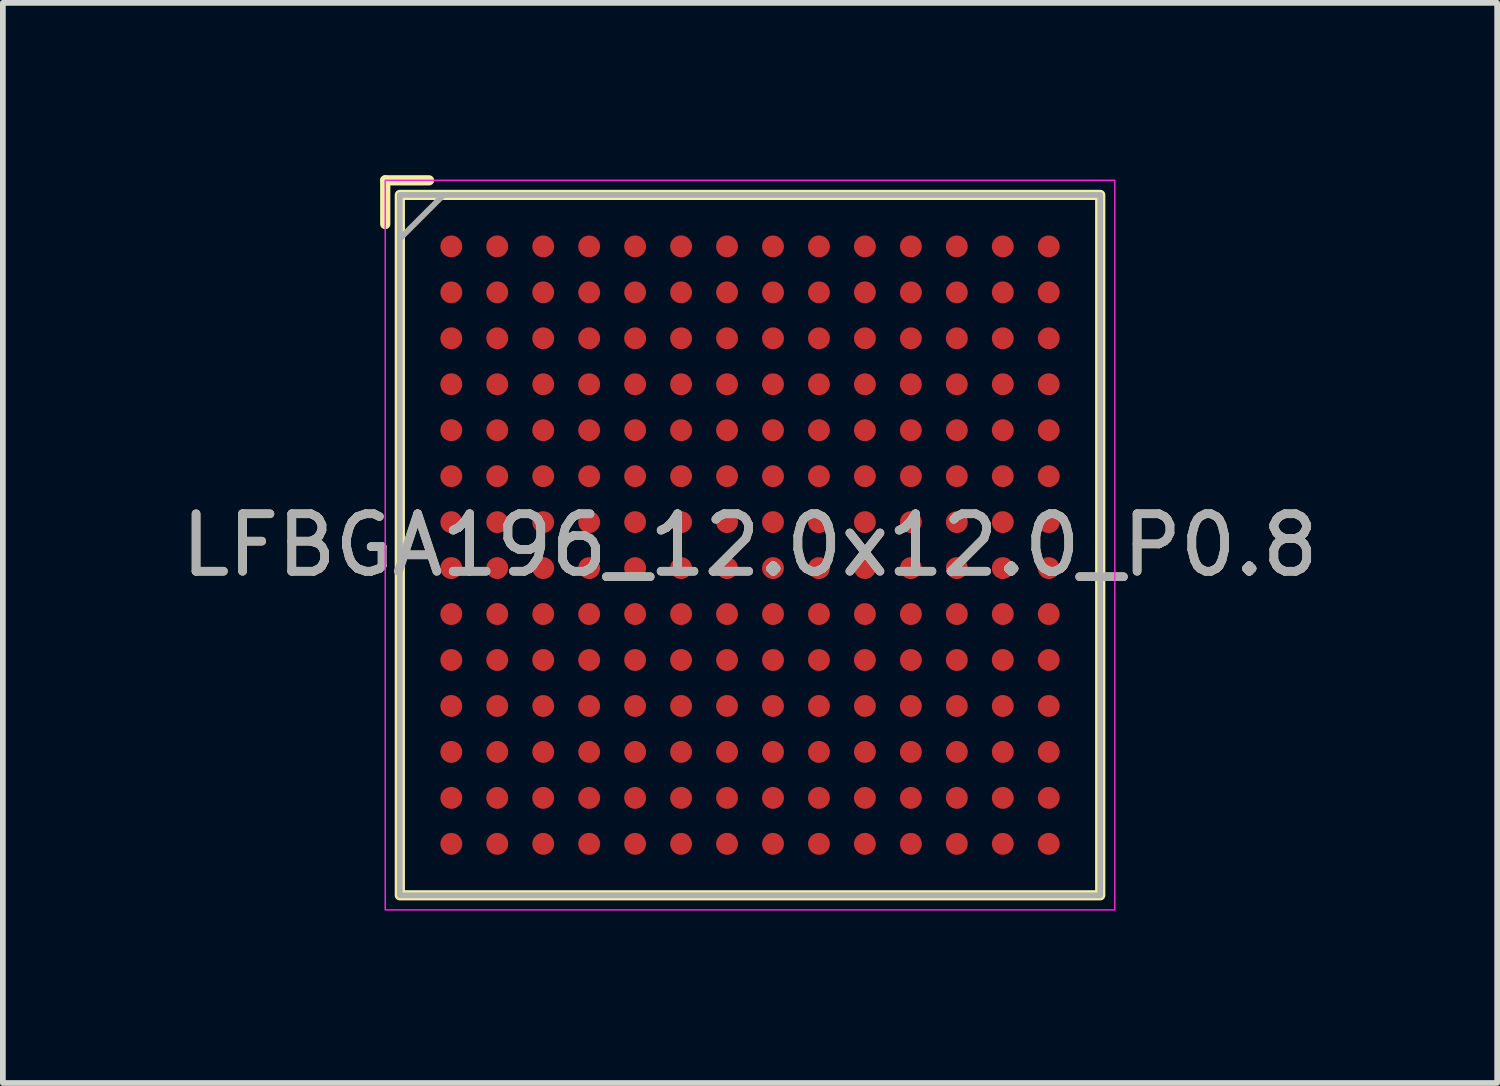
<source format=kicad_pcb>
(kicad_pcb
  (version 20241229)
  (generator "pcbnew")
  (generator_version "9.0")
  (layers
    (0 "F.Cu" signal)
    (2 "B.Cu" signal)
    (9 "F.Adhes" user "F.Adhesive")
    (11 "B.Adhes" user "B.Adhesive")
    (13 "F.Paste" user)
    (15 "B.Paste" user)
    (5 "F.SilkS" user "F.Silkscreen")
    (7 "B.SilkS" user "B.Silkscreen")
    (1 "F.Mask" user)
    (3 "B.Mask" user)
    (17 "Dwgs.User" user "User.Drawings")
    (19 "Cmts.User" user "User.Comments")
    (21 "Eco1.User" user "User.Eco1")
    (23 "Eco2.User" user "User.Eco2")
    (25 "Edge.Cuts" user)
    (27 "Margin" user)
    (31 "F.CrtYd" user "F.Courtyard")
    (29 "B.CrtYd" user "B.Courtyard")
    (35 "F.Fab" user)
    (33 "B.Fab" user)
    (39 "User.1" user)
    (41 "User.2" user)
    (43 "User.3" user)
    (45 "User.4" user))
  (footprint "LFBGA196_12.0x12.0_P0.8"
    (layer "F.Cu")
    (at 10.006 6.439)
    (property "Reference" "LFBGA196_12.0x12.0_P0.8" (at 0 0 0) (unlocked yes) (layer "F.SilkS") (effects (font (size 1 1) (thickness 0.15))))
    (attr smd)
    (fp_line (start -6.35 -6.35) (end -5.588 -6.35) (stroke (width 0.178) (type solid)) (layer "F.SilkS"))
    (fp_line (start -6.35 -5.588) (end -6.35 -6.35) (stroke (width 0.178) (type solid)) (layer "F.SilkS"))
    (fp_rect (start -6.096 -6.096) (end 6.096 6.096) (stroke (width 0.178) (type solid)) (fill no) (layer "F.SilkS"))
    (fp_rect (start -6.35 6.35) (end 6.35 -6.35) (stroke (width 0.025) (type solid)) (fill no) (layer "F.CrtYd"))
    (fp_line (start -6.096 -5.334) (end -5.334 -6.096) (stroke (width 0.1) (type solid)) (layer "F.Fab"))
    (fp_rect (start -6.096 -6.096) (end 6.096 6.096) (stroke (width 0.1) (type solid)) (fill no) (layer "F.Fab"))
    (fp_text user "${REFERENCE}" (at 0 0 0) (unlocked yes) (layer "F.Fab") (effects (font (size 1 1) (thickness 0.15))))
    (pad "A1" smd circle (at -5.2 -5.2) (size 0.381 0.381) (layers "F.Cu" "F.Mask" "F.Paste"))
    (pad "A2" smd circle (at -4.4 -5.2) (size 0.381 0.381) (layers "F.Cu" "F.Mask" "F.Paste"))
    (pad "A3" smd circle (at -3.6 -5.2) (size 0.381 0.381) (layers "F.Cu" "F.Mask" "F.Paste"))
    (pad "A4" smd circle (at -2.8 -5.2) (size 0.381 0.381) (layers "F.Cu" "F.Mask" "F.Paste"))
    (pad "A5" smd circle (at -2 -5.2) (size 0.381 0.381) (layers "F.Cu" "F.Mask" "F.Paste"))
    (pad "A6" smd circle (at -1.2 -5.2) (size 0.381 0.381) (layers "F.Cu" "F.Mask" "F.Paste"))
    (pad "A7" smd circle (at -0.4 -5.2) (size 0.381 0.381) (layers "F.Cu" "F.Mask" "F.Paste"))
    (pad "A8" smd circle (at 0.4 -5.2) (size 0.381 0.381) (layers "F.Cu" "F.Mask" "F.Paste"))
    (pad "A9" smd circle (at 1.2 -5.2) (size 0.381 0.381) (layers "F.Cu" "F.Mask" "F.Paste"))
    (pad "A10" smd circle (at 2 -5.2) (size 0.381 0.381) (layers "F.Cu" "F.Mask" "F.Paste"))
    (pad "A11" smd circle (at 2.8 -5.2) (size 0.381 0.381) (layers "F.Cu" "F.Mask" "F.Paste"))
    (pad "A12" smd circle (at 3.6 -5.2) (size 0.381 0.381) (layers "F.Cu" "F.Mask" "F.Paste"))
    (pad "A13" smd circle (at 4.4 -5.2) (size 0.381 0.381) (layers "F.Cu" "F.Mask" "F.Paste"))
    (pad "A14" smd circle (at 5.2 -5.2) (size 0.381 0.381) (layers "F.Cu" "F.Mask" "F.Paste"))
    (pad "B1" smd circle (at -5.2 -4.4) (size 0.381 0.381) (layers "F.Cu" "F.Mask" "F.Paste"))
    (pad "B2" smd circle (at -4.4 -4.4) (size 0.381 0.381) (layers "F.Cu" "F.Mask" "F.Paste"))
    (pad "B3" smd circle (at -3.6 -4.4) (size 0.381 0.381) (layers "F.Cu" "F.Mask" "F.Paste"))
    (pad "B4" smd circle (at -2.8 -4.4) (size 0.381 0.381) (layers "F.Cu" "F.Mask" "F.Paste"))
    (pad "B5" smd circle (at -2 -4.4) (size 0.381 0.381) (layers "F.Cu" "F.Mask" "F.Paste"))
    (pad "B6" smd circle (at -1.2 -4.4) (size 0.381 0.381) (layers "F.Cu" "F.Mask" "F.Paste"))
    (pad "B7" smd circle (at -0.4 -4.4) (size 0.381 0.381) (layers "F.Cu" "F.Mask" "F.Paste"))
    (pad "B8" smd circle (at 0.4 -4.4) (size 0.381 0.381) (layers "F.Cu" "F.Mask" "F.Paste"))
    (pad "B9" smd circle (at 1.2 -4.4) (size 0.381 0.381) (layers "F.Cu" "F.Mask" "F.Paste"))
    (pad "B10" smd circle (at 2 -4.4) (size 0.381 0.381) (layers "F.Cu" "F.Mask" "F.Paste"))
    (pad "B11" smd circle (at 2.8 -4.4) (size 0.381 0.381) (layers "F.Cu" "F.Mask" "F.Paste"))
    (pad "B12" smd circle (at 3.6 -4.4) (size 0.381 0.381) (layers "F.Cu" "F.Mask" "F.Paste"))
    (pad "B13" smd circle (at 4.4 -4.4) (size 0.381 0.381) (layers "F.Cu" "F.Mask" "F.Paste"))
    (pad "B14" smd circle (at 5.2 -4.4) (size 0.381 0.381) (layers "F.Cu" "F.Mask" "F.Paste"))
    (pad "C1" smd circle (at -5.2 -3.6) (size 0.381 0.381) (layers "F.Cu" "F.Mask" "F.Paste"))
    (pad "C2" smd circle (at -4.4 -3.6) (size 0.381 0.381) (layers "F.Cu" "F.Mask" "F.Paste"))
    (pad "C3" smd circle (at -3.6 -3.6) (size 0.381 0.381) (layers "F.Cu" "F.Mask" "F.Paste"))
    (pad "C4" smd circle (at -2.8 -3.6) (size 0.381 0.381) (layers "F.Cu" "F.Mask" "F.Paste"))
    (pad "C5" smd circle (at -2 -3.6) (size 0.381 0.381) (layers "F.Cu" "F.Mask" "F.Paste"))
    (pad "C6" smd circle (at -1.2 -3.6) (size 0.381 0.381) (layers "F.Cu" "F.Mask" "F.Paste"))
    (pad "C7" smd circle (at -0.4 -3.6) (size 0.381 0.381) (layers "F.Cu" "F.Mask" "F.Paste"))
    (pad "C8" smd circle (at 0.4 -3.6) (size 0.381 0.381) (layers "F.Cu" "F.Mask" "F.Paste"))
    (pad "C9" smd circle (at 1.2 -3.6) (size 0.381 0.381) (layers "F.Cu" "F.Mask" "F.Paste"))
    (pad "C10" smd circle (at 2 -3.6) (size 0.381 0.381) (layers "F.Cu" "F.Mask" "F.Paste"))
    (pad "C11" smd circle (at 2.8 -3.6) (size 0.381 0.381) (layers "F.Cu" "F.Mask" "F.Paste"))
    (pad "C12" smd circle (at 3.6 -3.6) (size 0.381 0.381) (layers "F.Cu" "F.Mask" "F.Paste"))
    (pad "C13" smd circle (at 4.4 -3.6) (size 0.381 0.381) (layers "F.Cu" "F.Mask" "F.Paste"))
    (pad "C14" smd circle (at 5.2 -3.6) (size 0.381 0.381) (layers "F.Cu" "F.Mask" "F.Paste"))
    (pad "D1" smd circle (at -5.2 -2.8) (size 0.381 0.381) (layers "F.Cu" "F.Mask" "F.Paste"))
    (pad "D2" smd circle (at -4.4 -2.8) (size 0.381 0.381) (layers "F.Cu" "F.Mask" "F.Paste"))
    (pad "D3" smd circle (at -3.6 -2.8) (size 0.381 0.381) (layers "F.Cu" "F.Mask" "F.Paste"))
    (pad "D4" smd circle (at -2.8 -2.8) (size 0.381 0.381) (layers "F.Cu" "F.Mask" "F.Paste"))
    (pad "D5" smd circle (at -2 -2.8) (size 0.381 0.381) (layers "F.Cu" "F.Mask" "F.Paste"))
    (pad "D6" smd circle (at -1.2 -2.8) (size 0.381 0.381) (layers "F.Cu" "F.Mask" "F.Paste"))
    (pad "D7" smd circle (at -0.4 -2.8) (size 0.381 0.381) (layers "F.Cu" "F.Mask" "F.Paste"))
    (pad "D8" smd circle (at 0.4 -2.8) (size 0.381 0.381) (layers "F.Cu" "F.Mask" "F.Paste"))
    (pad "D9" smd circle (at 1.2 -2.8) (size 0.381 0.381) (layers "F.Cu" "F.Mask" "F.Paste"))
    (pad "D10" smd circle (at 2 -2.8) (size 0.381 0.381) (layers "F.Cu" "F.Mask" "F.Paste"))
    (pad "D11" smd circle (at 2.8 -2.8) (size 0.381 0.381) (layers "F.Cu" "F.Mask" "F.Paste"))
    (pad "D12" smd circle (at 3.6 -2.8) (size 0.381 0.381) (layers "F.Cu" "F.Mask" "F.Paste"))
    (pad "D13" smd circle (at 4.4 -2.8) (size 0.381 0.381) (layers "F.Cu" "F.Mask" "F.Paste"))
    (pad "D14" smd circle (at 5.2 -2.8) (size 0.381 0.381) (layers "F.Cu" "F.Mask" "F.Paste"))
    (pad "E1" smd circle (at -5.2 -2) (size 0.381 0.381) (layers "F.Cu" "F.Mask" "F.Paste"))
    (pad "E2" smd circle (at -4.4 -2) (size 0.381 0.381) (layers "F.Cu" "F.Mask" "F.Paste"))
    (pad "E3" smd circle (at -3.6 -2) (size 0.381 0.381) (layers "F.Cu" "F.Mask" "F.Paste"))
    (pad "E4" smd circle (at -2.8 -2) (size 0.381 0.381) (layers "F.Cu" "F.Mask" "F.Paste"))
    (pad "E5" smd circle (at -2 -2) (size 0.381 0.381) (layers "F.Cu" "F.Mask" "F.Paste"))
    (pad "E6" smd circle (at -1.2 -2) (size 0.381 0.381) (layers "F.Cu" "F.Mask" "F.Paste"))
    (pad "E7" smd circle (at -0.4 -2) (size 0.381 0.381) (layers "F.Cu" "F.Mask" "F.Paste"))
    (pad "E8" smd circle (at 0.4 -2) (size 0.381 0.381) (layers "F.Cu" "F.Mask" "F.Paste"))
    (pad "E9" smd circle (at 1.2 -2) (size 0.381 0.381) (layers "F.Cu" "F.Mask" "F.Paste"))
    (pad "E10" smd circle (at 2 -2) (size 0.381 0.381) (layers "F.Cu" "F.Mask" "F.Paste"))
    (pad "E11" smd circle (at 2.8 -2) (size 0.381 0.381) (layers "F.Cu" "F.Mask" "F.Paste"))
    (pad "E12" smd circle (at 3.6 -2) (size 0.381 0.381) (layers "F.Cu" "F.Mask" "F.Paste"))
    (pad "E13" smd circle (at 4.4 -2) (size 0.381 0.381) (layers "F.Cu" "F.Mask" "F.Paste"))
    (pad "E14" smd circle (at 5.2 -2) (size 0.381 0.381) (layers "F.Cu" "F.Mask" "F.Paste"))
    (pad "F1" smd circle (at -5.2 -1.2) (size 0.381 0.381) (layers "F.Cu" "F.Mask" "F.Paste"))
    (pad "F2" smd circle (at -4.4 -1.2) (size 0.381 0.381) (layers "F.Cu" "F.Mask" "F.Paste"))
    (pad "F3" smd circle (at -3.6 -1.2) (size 0.381 0.381) (layers "F.Cu" "F.Mask" "F.Paste"))
    (pad "F4" smd circle (at -2.8 -1.2) (size 0.381 0.381) (layers "F.Cu" "F.Mask" "F.Paste"))
    (pad "F5" smd circle (at -2 -1.2) (size 0.381 0.381) (layers "F.Cu" "F.Mask" "F.Paste"))
    (pad "F6" smd circle (at -1.2 -1.2) (size 0.381 0.381) (layers "F.Cu" "F.Mask" "F.Paste"))
    (pad "F7" smd circle (at -0.4 -1.2) (size 0.381 0.381) (layers "F.Cu" "F.Mask" "F.Paste"))
    (pad "F8" smd circle (at 0.4 -1.2) (size 0.381 0.381) (layers "F.Cu" "F.Mask" "F.Paste"))
    (pad "F9" smd circle (at 1.2 -1.2) (size 0.381 0.381) (layers "F.Cu" "F.Mask" "F.Paste"))
    (pad "F10" smd circle (at 2 -1.2) (size 0.381 0.381) (layers "F.Cu" "F.Mask" "F.Paste"))
    (pad "F11" smd circle (at 2.8 -1.2) (size 0.381 0.381) (layers "F.Cu" "F.Mask" "F.Paste"))
    (pad "F12" smd circle (at 3.6 -1.2) (size 0.381 0.381) (layers "F.Cu" "F.Mask" "F.Paste"))
    (pad "F13" smd circle (at 4.4 -1.2) (size 0.381 0.381) (layers "F.Cu" "F.Mask" "F.Paste"))
    (pad "F14" smd circle (at 5.2 -1.2) (size 0.381 0.381) (layers "F.Cu" "F.Mask" "F.Paste"))
    (pad "G1" smd circle (at -5.2 -0.4) (size 0.381 0.381) (layers "F.Cu" "F.Mask" "F.Paste"))
    (pad "G2" smd circle (at -4.4 -0.4) (size 0.381 0.381) (layers "F.Cu" "F.Mask" "F.Paste"))
    (pad "G3" smd circle (at -3.6 -0.4) (size 0.381 0.381) (layers "F.Cu" "F.Mask" "F.Paste"))
    (pad "G4" smd circle (at -2.8 -0.4) (size 0.381 0.381) (layers "F.Cu" "F.Mask" "F.Paste"))
    (pad "G5" smd circle (at -2 -0.4) (size 0.381 0.381) (layers "F.Cu" "F.Mask" "F.Paste"))
    (pad "G6" smd circle (at -1.2 -0.4) (size 0.381 0.381) (layers "F.Cu" "F.Mask" "F.Paste"))
    (pad "G7" smd circle (at -0.4 -0.4) (size 0.381 0.381) (layers "F.Cu" "F.Mask" "F.Paste"))
    (pad "G8" smd circle (at 0.4 -0.4) (size 0.381 0.381) (layers "F.Cu" "F.Mask" "F.Paste"))
    (pad "G9" smd circle (at 1.2 -0.4) (size 0.381 0.381) (layers "F.Cu" "F.Mask" "F.Paste"))
    (pad "G10" smd circle (at 2 -0.4) (size 0.381 0.381) (layers "F.Cu" "F.Mask" "F.Paste"))
    (pad "G11" smd circle (at 2.8 -0.4) (size 0.381 0.381) (layers "F.Cu" "F.Mask" "F.Paste"))
    (pad "G12" smd circle (at 3.6 -0.4) (size 0.381 0.381) (layers "F.Cu" "F.Mask" "F.Paste"))
    (pad "G13" smd circle (at 4.4 -0.4) (size 0.381 0.381) (layers "F.Cu" "F.Mask" "F.Paste"))
    (pad "G14" smd circle (at 5.2 -0.4) (size 0.381 0.381) (layers "F.Cu" "F.Mask" "F.Paste"))
    (pad "H1" smd circle (at -5.2 0.4) (size 0.381 0.381) (layers "F.Cu" "F.Mask" "F.Paste"))
    (pad "H2" smd circle (at -4.4 0.4) (size 0.381 0.381) (layers "F.Cu" "F.Mask" "F.Paste"))
    (pad "H3" smd circle (at -3.6 0.4) (size 0.381 0.381) (layers "F.Cu" "F.Mask" "F.Paste"))
    (pad "H4" smd circle (at -2.8 0.4) (size 0.381 0.381) (layers "F.Cu" "F.Mask" "F.Paste"))
    (pad "H5" smd circle (at -2 0.4) (size 0.381 0.381) (layers "F.Cu" "F.Mask" "F.Paste"))
    (pad "H6" smd circle (at -1.2 0.4) (size 0.381 0.381) (layers "F.Cu" "F.Mask" "F.Paste"))
    (pad "H7" smd circle (at -0.4 0.4) (size 0.381 0.381) (layers "F.Cu" "F.Mask" "F.Paste"))
    (pad "H8" smd circle (at 0.4 0.4) (size 0.381 0.381) (layers "F.Cu" "F.Mask" "F.Paste"))
    (pad "H9" smd circle (at 1.2 0.4) (size 0.381 0.381) (layers "F.Cu" "F.Mask" "F.Paste"))
    (pad "H10" smd circle (at 2 0.4) (size 0.381 0.381) (layers "F.Cu" "F.Mask" "F.Paste"))
    (pad "H11" smd circle (at 2.8 0.4) (size 0.381 0.381) (layers "F.Cu" "F.Mask" "F.Paste"))
    (pad "H12" smd circle (at 3.6 0.4) (size 0.381 0.381) (layers "F.Cu" "F.Mask" "F.Paste"))
    (pad "H13" smd circle (at 4.4 0.4) (size 0.381 0.381) (layers "F.Cu" "F.Mask" "F.Paste"))
    (pad "H14" smd circle (at 5.2 0.4) (size 0.381 0.381) (layers "F.Cu" "F.Mask" "F.Paste"))
    (pad "J1" smd circle (at -5.2 1.2) (size 0.381 0.381) (layers "F.Cu" "F.Mask" "F.Paste"))
    (pad "J2" smd circle (at -4.4 1.2) (size 0.381 0.381) (layers "F.Cu" "F.Mask" "F.Paste"))
    (pad "J3" smd circle (at -3.6 1.2) (size 0.381 0.381) (layers "F.Cu" "F.Mask" "F.Paste"))
    (pad "J4" smd circle (at -2.8 1.2) (size 0.381 0.381) (layers "F.Cu" "F.Mask" "F.Paste"))
    (pad "J5" smd circle (at -2 1.2) (size 0.381 0.381) (layers "F.Cu" "F.Mask" "F.Paste"))
    (pad "J6" smd circle (at -1.2 1.2) (size 0.381 0.381) (layers "F.Cu" "F.Mask" "F.Paste"))
    (pad "J7" smd circle (at -0.4 1.2) (size 0.381 0.381) (layers "F.Cu" "F.Mask" "F.Paste"))
    (pad "J8" smd circle (at 0.4 1.2) (size 0.381 0.381) (layers "F.Cu" "F.Mask" "F.Paste"))
    (pad "J9" smd circle (at 1.2 1.2) (size 0.381 0.381) (layers "F.Cu" "F.Mask" "F.Paste"))
    (pad "J10" smd circle (at 2 1.2) (size 0.381 0.381) (layers "F.Cu" "F.Mask" "F.Paste"))
    (pad "J11" smd circle (at 2.8 1.2) (size 0.381 0.381) (layers "F.Cu" "F.Mask" "F.Paste"))
    (pad "J12" smd circle (at 3.6 1.2) (size 0.381 0.381) (layers "F.Cu" "F.Mask" "F.Paste"))
    (pad "J13" smd circle (at 4.4 1.2) (size 0.381 0.381) (layers "F.Cu" "F.Mask" "F.Paste"))
    (pad "J14" smd circle (at 5.2 1.2) (size 0.381 0.381) (layers "F.Cu" "F.Mask" "F.Paste"))
    (pad "K1" smd circle (at -5.2 2) (size 0.381 0.381) (layers "F.Cu" "F.Mask" "F.Paste"))
    (pad "K2" smd circle (at -4.4 2) (size 0.381 0.381) (layers "F.Cu" "F.Mask" "F.Paste"))
    (pad "K3" smd circle (at -3.6 2) (size 0.381 0.381) (layers "F.Cu" "F.Mask" "F.Paste"))
    (pad "K4" smd circle (at -2.8 2) (size 0.381 0.381) (layers "F.Cu" "F.Mask" "F.Paste"))
    (pad "K5" smd circle (at -2 2) (size 0.381 0.381) (layers "F.Cu" "F.Mask" "F.Paste"))
    (pad "K6" smd circle (at -1.2 2) (size 0.381 0.381) (layers "F.Cu" "F.Mask" "F.Paste"))
    (pad "K7" smd circle (at -0.4 2) (size 0.381 0.381) (layers "F.Cu" "F.Mask" "F.Paste"))
    (pad "K8" smd circle (at 0.4 2) (size 0.381 0.381) (layers "F.Cu" "F.Mask" "F.Paste"))
    (pad "K9" smd circle (at 1.2 2) (size 0.381 0.381) (layers "F.Cu" "F.Mask" "F.Paste"))
    (pad "K10" smd circle (at 2 2) (size 0.381 0.381) (layers "F.Cu" "F.Mask" "F.Paste"))
    (pad "K11" smd circle (at 2.8 2) (size 0.381 0.381) (layers "F.Cu" "F.Mask" "F.Paste"))
    (pad "K12" smd circle (at 3.6 2) (size 0.381 0.381) (layers "F.Cu" "F.Mask" "F.Paste"))
    (pad "K13" smd circle (at 4.4 2) (size 0.381 0.381) (layers "F.Cu" "F.Mask" "F.Paste"))
    (pad "K14" smd circle (at 5.2 2) (size 0.381 0.381) (layers "F.Cu" "F.Mask" "F.Paste"))
    (pad "L1" smd circle (at -5.2 2.8) (size 0.381 0.381) (layers "F.Cu" "F.Mask" "F.Paste"))
    (pad "L2" smd circle (at -4.4 2.8) (size 0.381 0.381) (layers "F.Cu" "F.Mask" "F.Paste"))
    (pad "L3" smd circle (at -3.6 2.8) (size 0.381 0.381) (layers "F.Cu" "F.Mask" "F.Paste"))
    (pad "L4" smd circle (at -2.8 2.8) (size 0.381 0.381) (layers "F.Cu" "F.Mask" "F.Paste"))
    (pad "L5" smd circle (at -2 2.8) (size 0.381 0.381) (layers "F.Cu" "F.Mask" "F.Paste"))
    (pad "L6" smd circle (at -1.2 2.8) (size 0.381 0.381) (layers "F.Cu" "F.Mask" "F.Paste"))
    (pad "L7" smd circle (at -0.4 2.8) (size 0.381 0.381) (layers "F.Cu" "F.Mask" "F.Paste"))
    (pad "L8" smd circle (at 0.4 2.8) (size 0.381 0.381) (layers "F.Cu" "F.Mask" "F.Paste"))
    (pad "L9" smd circle (at 1.2 2.8) (size 0.381 0.381) (layers "F.Cu" "F.Mask" "F.Paste"))
    (pad "L10" smd circle (at 2 2.8) (size 0.381 0.381) (layers "F.Cu" "F.Mask" "F.Paste"))
    (pad "L11" smd circle (at 2.8 2.8) (size 0.381 0.381) (layers "F.Cu" "F.Mask" "F.Paste"))
    (pad "L12" smd circle (at 3.6 2.8) (size 0.381 0.381) (layers "F.Cu" "F.Mask" "F.Paste"))
    (pad "L13" smd circle (at 4.4 2.8) (size 0.381 0.381) (layers "F.Cu" "F.Mask" "F.Paste"))
    (pad "L14" smd circle (at 5.2 2.8) (size 0.381 0.381) (layers "F.Cu" "F.Mask" "F.Paste"))
    (pad "M1" smd circle (at -5.2 3.6) (size 0.381 0.381) (layers "F.Cu" "F.Mask" "F.Paste"))
    (pad "M2" smd circle (at -4.4 3.6) (size 0.381 0.381) (layers "F.Cu" "F.Mask" "F.Paste"))
    (pad "M3" smd circle (at -3.6 3.6) (size 0.381 0.381) (layers "F.Cu" "F.Mask" "F.Paste"))
    (pad "M4" smd circle (at -2.8 3.6) (size 0.381 0.381) (layers "F.Cu" "F.Mask" "F.Paste"))
    (pad "M5" smd circle (at -2 3.6) (size 0.381 0.381) (layers "F.Cu" "F.Mask" "F.Paste"))
    (pad "M6" smd circle (at -1.2 3.6) (size 0.381 0.381) (layers "F.Cu" "F.Mask" "F.Paste"))
    (pad "M7" smd circle (at -0.4 3.6) (size 0.381 0.381) (layers "F.Cu" "F.Mask" "F.Paste"))
    (pad "M8" smd circle (at 0.4 3.6) (size 0.381 0.381) (layers "F.Cu" "F.Mask" "F.Paste"))
    (pad "M9" smd circle (at 1.2 3.6) (size 0.381 0.381) (layers "F.Cu" "F.Mask" "F.Paste"))
    (pad "M10" smd circle (at 2 3.6) (size 0.381 0.381) (layers "F.Cu" "F.Mask" "F.Paste"))
    (pad "M11" smd circle (at 2.8 3.6) (size 0.381 0.381) (layers "F.Cu" "F.Mask" "F.Paste"))
    (pad "M12" smd circle (at 3.6 3.6) (size 0.381 0.381) (layers "F.Cu" "F.Mask" "F.Paste"))
    (pad "M13" smd circle (at 4.4 3.6) (size 0.381 0.381) (layers "F.Cu" "F.Mask" "F.Paste"))
    (pad "M14" smd circle (at 5.2 3.6) (size 0.381 0.381) (layers "F.Cu" "F.Mask" "F.Paste"))
    (pad "N1" smd circle (at -5.2 4.4) (size 0.381 0.381) (layers "F.Cu" "F.Mask" "F.Paste"))
    (pad "N2" smd circle (at -4.4 4.4) (size 0.381 0.381) (layers "F.Cu" "F.Mask" "F.Paste"))
    (pad "N3" smd circle (at -3.6 4.4) (size 0.381 0.381) (layers "F.Cu" "F.Mask" "F.Paste"))
    (pad "N4" smd circle (at -2.8 4.4) (size 0.381 0.381) (layers "F.Cu" "F.Mask" "F.Paste"))
    (pad "N5" smd circle (at -2 4.4) (size 0.381 0.381) (layers "F.Cu" "F.Mask" "F.Paste"))
    (pad "N6" smd circle (at -1.2 4.4) (size 0.381 0.381) (layers "F.Cu" "F.Mask" "F.Paste"))
    (pad "N7" smd circle (at -0.4 4.4) (size 0.381 0.381) (layers "F.Cu" "F.Mask" "F.Paste"))
    (pad "N8" smd circle (at 0.4 4.4) (size 0.381 0.381) (layers "F.Cu" "F.Mask" "F.Paste"))
    (pad "N9" smd circle (at 1.2 4.4) (size 0.381 0.381) (layers "F.Cu" "F.Mask" "F.Paste"))
    (pad "N10" smd circle (at 2 4.4) (size 0.381 0.381) (layers "F.Cu" "F.Mask" "F.Paste"))
    (pad "N11" smd circle (at 2.8 4.4) (size 0.381 0.381) (layers "F.Cu" "F.Mask" "F.Paste"))
    (pad "N12" smd circle (at 3.6 4.4) (size 0.381 0.381) (layers "F.Cu" "F.Mask" "F.Paste"))
    (pad "N13" smd circle (at 4.4 4.4) (size 0.381 0.381) (layers "F.Cu" "F.Mask" "F.Paste"))
    (pad "N14" smd circle (at 5.2 4.4) (size 0.381 0.381) (layers "F.Cu" "F.Mask" "F.Paste"))
    (pad "P1" smd circle (at -5.2 5.2) (size 0.381 0.381) (layers "F.Cu" "F.Mask" "F.Paste"))
    (pad "P2" smd circle (at -4.4 5.2) (size 0.381 0.381) (layers "F.Cu" "F.Mask" "F.Paste"))
    (pad "P3" smd circle (at -3.6 5.2) (size 0.381 0.381) (layers "F.Cu" "F.Mask" "F.Paste"))
    (pad "P4" smd circle (at -2.8 5.2) (size 0.381 0.381) (layers "F.Cu" "F.Mask" "F.Paste"))
    (pad "P5" smd circle (at -2 5.2) (size 0.381 0.381) (layers "F.Cu" "F.Mask" "F.Paste"))
    (pad "P6" smd circle (at -1.2 5.2) (size 0.381 0.381) (layers "F.Cu" "F.Mask" "F.Paste"))
    (pad "P7" smd circle (at -0.4 5.2) (size 0.381 0.381) (layers "F.Cu" "F.Mask" "F.Paste"))
    (pad "P8" smd circle (at 0.4 5.2) (size 0.381 0.381) (layers "F.Cu" "F.Mask" "F.Paste"))
    (pad "P9" smd circle (at 1.2 5.2) (size 0.381 0.381) (layers "F.Cu" "F.Mask" "F.Paste"))
    (pad "P10" smd circle (at 2 5.2) (size 0.381 0.381) (layers "F.Cu" "F.Mask" "F.Paste"))
    (pad "P11" smd circle (at 2.8 5.2) (size 0.381 0.381) (layers "F.Cu" "F.Mask" "F.Paste"))
    (pad "P12" smd circle (at 3.6 5.2) (size 0.381 0.381) (layers "F.Cu" "F.Mask" "F.Paste"))
    (pad "P13" smd circle (at 4.4 5.2) (size 0.381 0.381) (layers "F.Cu" "F.Mask" "F.Paste"))
    (pad "P14" smd circle (at 5.2 5.2) (size 0.381 0.381) (layers "F.Cu" "F.Mask" "F.Paste")))
  (gr_rect
    (start -3 -3)
    (end 23.012 15.802)
    (stroke (width 0.1) (type default))
    (fill no)
    (layer "Edge.Cuts")))
</source>
